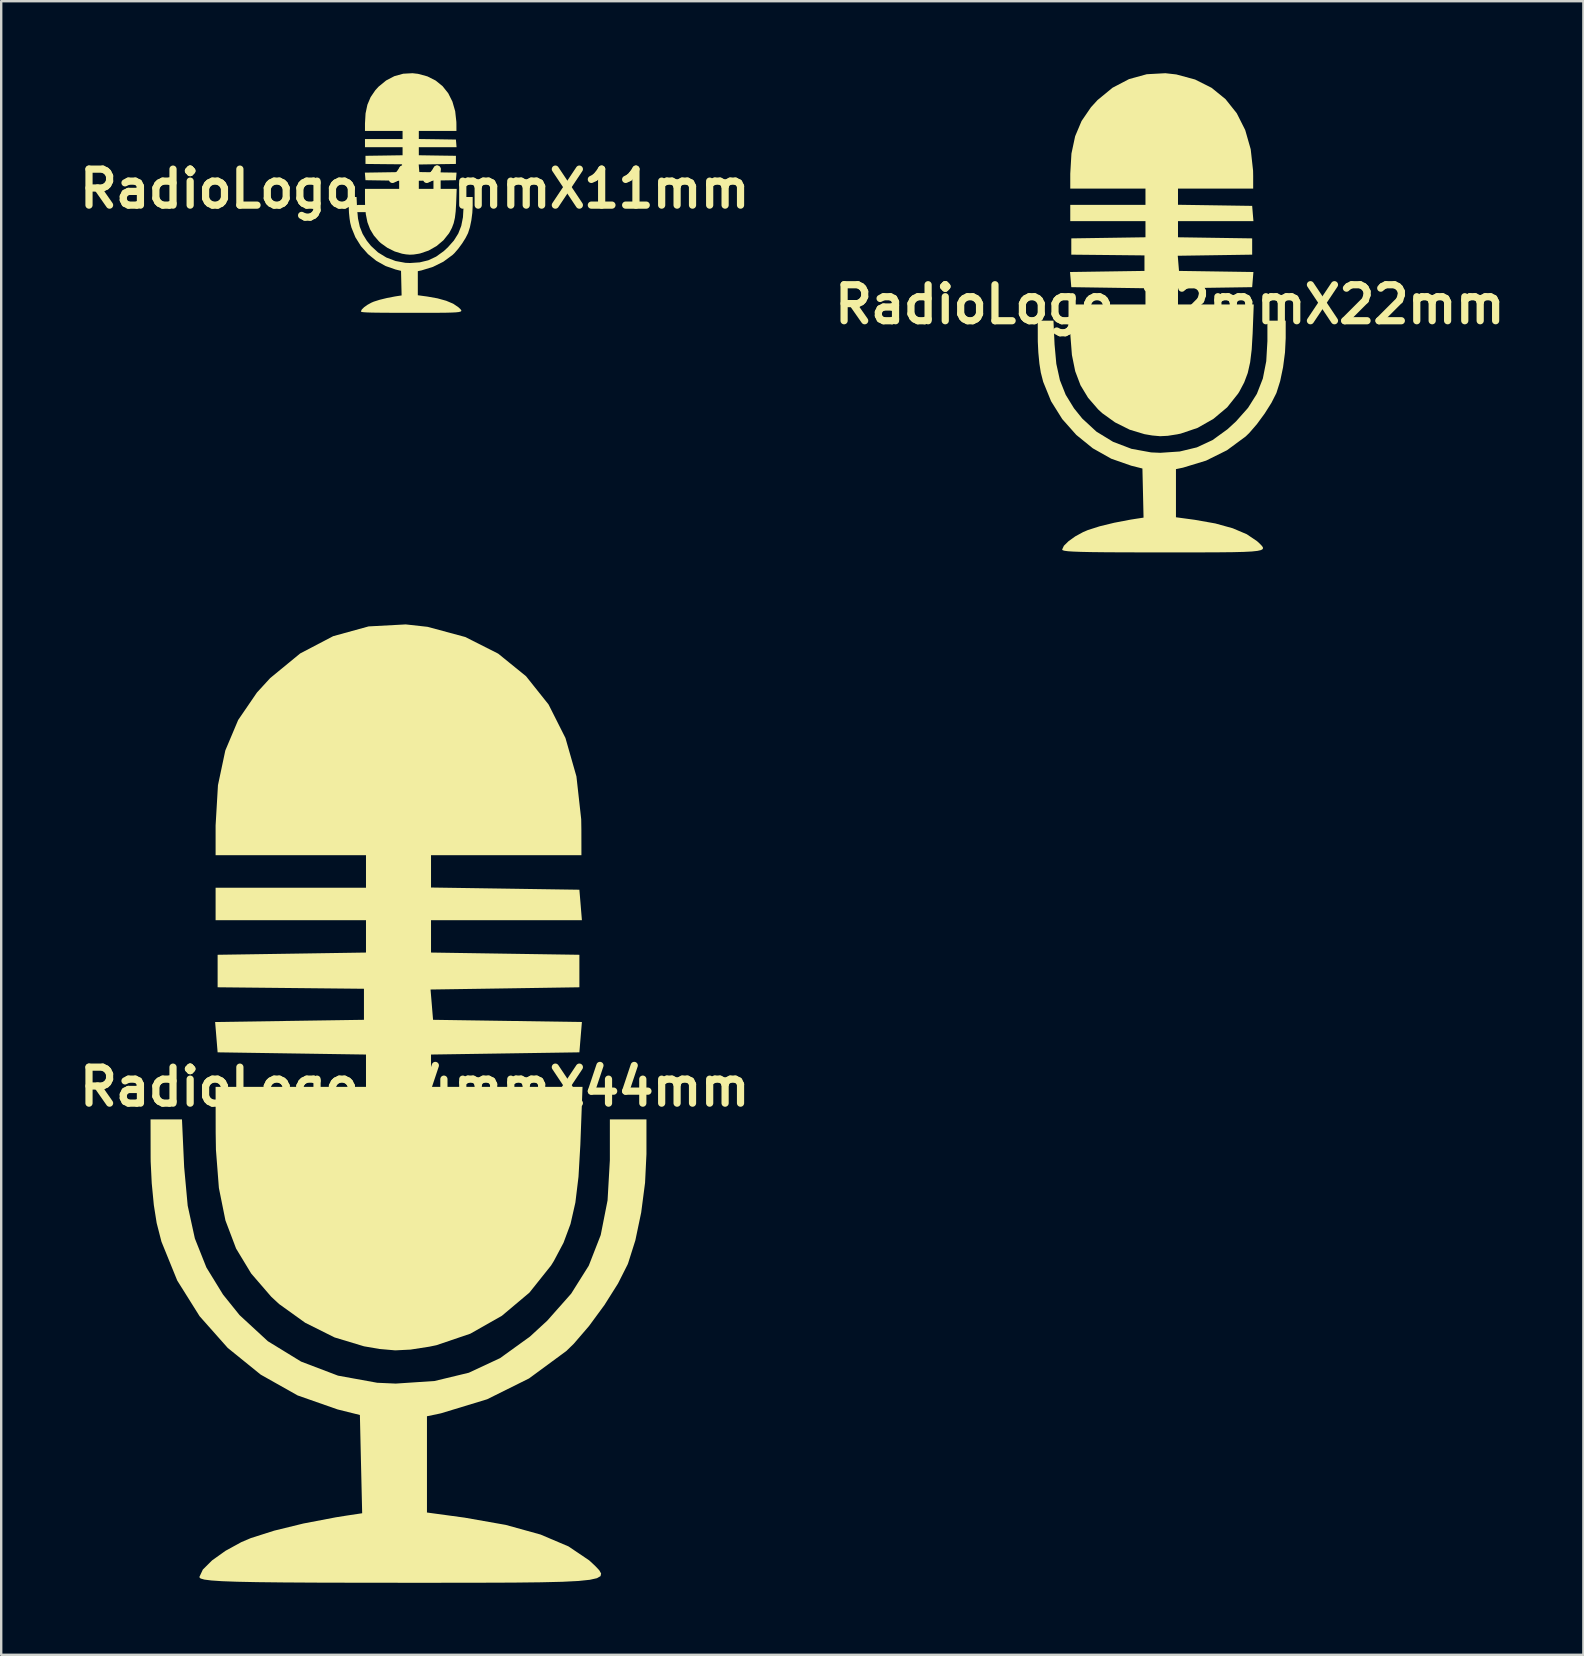
<source format=kicad_pcb>
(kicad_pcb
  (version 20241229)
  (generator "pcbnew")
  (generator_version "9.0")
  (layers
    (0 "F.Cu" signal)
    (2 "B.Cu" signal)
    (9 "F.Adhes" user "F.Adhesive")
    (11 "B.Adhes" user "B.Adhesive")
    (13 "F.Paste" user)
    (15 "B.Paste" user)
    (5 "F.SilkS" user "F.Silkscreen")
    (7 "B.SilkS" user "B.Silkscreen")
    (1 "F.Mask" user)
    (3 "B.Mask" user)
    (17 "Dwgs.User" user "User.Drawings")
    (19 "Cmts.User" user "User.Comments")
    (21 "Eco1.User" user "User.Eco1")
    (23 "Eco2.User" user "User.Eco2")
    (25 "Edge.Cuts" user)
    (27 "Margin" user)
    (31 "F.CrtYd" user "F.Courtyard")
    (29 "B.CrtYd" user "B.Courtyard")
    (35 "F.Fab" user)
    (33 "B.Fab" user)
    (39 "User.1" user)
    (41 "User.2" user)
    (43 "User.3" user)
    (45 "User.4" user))
  (footprint "RadioLogo_22mmX22mm"
    (layer "F.Cu")
    (at 45.686 9.633)
    (property "Reference" "RadioLogo_22mmX22mm" (at 0 0 0) (layer "F.SilkS") (effects (font (size 1.5 1.5) (thickness 0.3))))
    (attr board_only exclude_from_pos_files exclude_from_bom)
    (fp_poly (pts (xy -4.803 1.672) (xy -4.73 2.475) (xy -4.58 3.158) (xy -4.34 3.762) (xy -3.994 4.326) (xy -3.649 4.754) (xy -3.06 5.298) (xy -2.367 5.722) (xy -1.599 6.015) (xy -0.781 6.164) (xy -0.396 6.181) (xy 0.413 6.126) (xy 1.126 5.954) (xy 1.777 5.651) (xy 2.399 5.201) (xy 2.759 4.87) (xy 3.257 4.308) (xy 3.625 3.724) (xy 3.874 3.086) (xy 4.016 2.364) (xy 4.064 1.527) (xy 4.064 1.477) (xy 4.064 0.677) (xy 4.445 0.677) (xy 4.826 0.677) (xy 4.826 1.401) (xy 4.797 1.997) (xy 4.716 2.617) (xy 4.595 3.196) (xy 4.444 3.674) (xy 4.434 3.7) (xy 4.233 4.097) (xy 3.951 4.544) (xy 3.63 4.982) (xy 3.31 5.353) (xy 3.155 5.503) (xy 2.38 6.074) (xy 1.508 6.507) (xy 0.549 6.799) (xy 0.487 6.812) (xy 0.254 6.861) (xy 0.254 7.864) (xy 0.254 8.866) (xy 1.037 8.972) (xy 1.895 9.124) (xy 2.62 9.325) (xy 3.203 9.572) (xy 3.632 9.862) (xy 3.662 9.889) (xy 3.766 9.987) (xy 3.843 10.068) (xy 3.882 10.136) (xy 3.87 10.191) (xy 3.795 10.234) (xy 3.646 10.267) (xy 3.41 10.292) (xy 3.074 10.309) (xy 2.628 10.32) (xy 2.058 10.326) (xy 1.353 10.329) (xy 0.5 10.329) (xy -0.296 10.329) (xy -1.264 10.329) (xy -2.075 10.327) (xy -2.743 10.323) (xy -3.281 10.317) (xy -3.7 10.308) (xy -4.015 10.296) (xy -4.239 10.282) (xy -4.383 10.263) (xy -4.462 10.241) (xy -4.487 10.214) (xy -4.487 10.211) (xy -4.415 10.054) (xy -4.221 9.863) (xy -3.942 9.663) (xy -3.614 9.484) (xy -3.415 9.399) (xy -2.926 9.243) (xy -2.319 9.095) (xy -1.644 8.966) (xy -1.416 8.93) (xy -1.096 8.881) (xy -1.119 7.858) (xy -1.143 6.835) (xy -1.609 6.718) (xy -2.441 6.427) (xy -3.209 5.994) (xy -3.896 5.437) (xy -4.482 4.777) (xy -4.948 4.033) (xy -5.277 3.224) (xy -5.376 2.836) (xy -5.435 2.463) (xy -5.479 2.006) (xy -5.501 1.553) (xy -5.502 1.46) (xy -5.503 0.677) (xy -5.176 0.677) (xy -4.849 0.677)) (stroke (width 0) (type solid)) (fill yes) (layer "F.SilkS"))
    (fp_poly (pts (xy 0.268 -9.582) (xy 1.052 -9.37) (xy 1.738 -9.025) (xy 2.318 -8.554) (xy 2.787 -7.965) (xy 3.139 -7.267) (xy 3.368 -6.467) (xy 3.467 -5.574) (xy 3.471 -5.355) (xy 3.471 -4.826) (xy 1.905 -4.826) (xy 0.339 -4.826) (xy 0.339 -4.489) (xy 0.339 -4.152) (xy 1.884 -4.129) (xy 3.429 -4.106) (xy 3.455 -3.789) (xy 3.482 -3.471) (xy 1.91 -3.471) (xy 0.339 -3.471) (xy 0.339 -3.135) (xy 0.339 -2.798) (xy 1.884 -2.775) (xy 3.429 -2.752) (xy 3.429 -2.413) (xy 3.429 -2.074) (xy 1.879 -2.051) (xy 0.329 -2.028) (xy 0.355 -1.713) (xy 0.381 -1.397) (xy 1.931 -1.374) (xy 3.481 -1.351) (xy 3.455 -1.035) (xy 3.429 -0.72) (xy 1.884 -0.697) (xy 0.339 -0.674) (xy 0.339 -0.337) (xy 0.339 0) (xy 1.917 0) (xy 3.495 0) (xy 3.449 1.206) (xy 3.41 1.873) (xy 3.345 2.41) (xy 3.245 2.855) (xy 3.098 3.248) (xy 2.898 3.626) (xy 2.84 3.719) (xy 2.388 4.286) (xy 1.814 4.768) (xy 1.157 5.142) (xy 0.452 5.381) (xy 0.302 5.412) (xy -0.089 5.473) (xy -0.407 5.489) (xy -0.735 5.459) (xy -1.057 5.404) (xy -1.671 5.219) (xy -2.282 4.914) (xy -2.825 4.524) (xy -2.989 4.371) (xy -3.407 3.888) (xy -3.722 3.367) (xy -3.943 2.782) (xy -4.08 2.106) (xy -4.142 1.31) (xy -4.147 0.953) (xy -4.149 0) (xy -2.582 0) (xy -1.016 0) (xy -1.016 -0.337) (xy -1.016 -0.674) (xy -2.561 -0.697) (xy -4.106 -0.72) (xy -4.132 -1.035) (xy -4.159 -1.351) (xy -2.608 -1.374) (xy -1.058 -1.397) (xy -1.058 -1.72) (xy -1.058 -2.043) (xy -2.582 -2.059) (xy -4.106 -2.074) (xy -4.106 -2.413) (xy -4.106 -2.752) (xy -2.561 -2.775) (xy -1.016 -2.798) (xy -1.016 -3.135) (xy -1.016 -3.471) (xy -2.582 -3.471) (xy -4.149 -3.471) (xy -4.149 -3.81) (xy -4.149 -4.149) (xy -2.582 -4.149) (xy -1.016 -4.149) (xy -1.016 -4.487) (xy -1.016 -4.826) (xy -2.582 -4.826) (xy -4.149 -4.826) (xy -4.149 -5.445) (xy -4.1 -6.284) (xy -3.946 -7.007) (xy -3.678 -7.642) (xy -3.287 -8.214) (xy -3.012 -8.515) (xy -2.388 -9.028) (xy -1.7 -9.388) (xy -0.961 -9.591) (xy -0.188 -9.633)) (stroke (width 0) (type solid)) (fill yes) (layer "F.SilkS")))
  (footprint "RadioLogo_44mmX44mm"
    (layer "F.Cu")
    (at 14.229 42.229)
    (property "Reference" "RadioLogo_44mmX44mm" (at 0 0 0) (layer "F.SilkS") (effects (font (size 1.5 1.5) (thickness 0.3))))
    (attr board_only exclude_from_pos_files exclude_from_bom)
    (fp_poly (pts (xy -9.607 3.344) (xy -9.46 4.949) (xy -9.161 6.316) (xy -8.68 7.525) (xy -7.988 8.652) (xy -7.299 9.508) (xy -6.12 10.596) (xy -4.735 11.445) (xy -3.198 12.03) (xy -1.563 12.327) (xy -0.791 12.361) (xy 0.826 12.253) (xy 2.252 11.909) (xy 3.554 11.301) (xy 4.799 10.403) (xy 5.519 9.74) (xy 6.515 8.616) (xy 7.249 7.448) (xy 7.747 6.172) (xy 8.032 4.728) (xy 8.128 3.054) (xy 8.128 2.955) (xy 8.128 1.355) (xy 8.89 1.355) (xy 9.652 1.355) (xy 9.652 2.801) (xy 9.594 3.995) (xy 9.433 5.233) (xy 9.19 6.393) (xy 8.888 7.348) (xy 8.867 7.4) (xy 8.466 8.194) (xy 7.902 9.088) (xy 7.259 9.964) (xy 6.62 10.707) (xy 6.31 11.007) (xy 4.76 12.147) (xy 3.016 13.014) (xy 1.097 13.598) (xy 0.974 13.625) (xy 0.508 13.722) (xy 0.508 15.727) (xy 0.508 17.732) (xy 2.074 17.945) (xy 3.79 18.248) (xy 5.241 18.65) (xy 6.406 19.145) (xy 7.264 19.724) (xy 7.324 19.778) (xy 7.531 19.973) (xy 7.686 20.137) (xy 7.763 20.272) (xy 7.74 20.382) (xy 7.591 20.468) (xy 7.292 20.535) (xy 6.82 20.584) (xy 6.149 20.618) (xy 5.256 20.639) (xy 4.116 20.652) (xy 2.706 20.657) (xy 1 20.659) (xy -0.593 20.659) (xy -2.528 20.657) (xy -4.151 20.653) (xy -5.487 20.645) (xy -6.561 20.633) (xy -7.401 20.616) (xy -8.031 20.593) (xy -8.477 20.563) (xy -8.766 20.526) (xy -8.923 20.481) (xy -8.974 20.427) (xy -8.975 20.422) (xy -8.829 20.109) (xy -8.442 19.725) (xy -7.884 19.327) (xy -7.229 18.968) (xy -6.83 18.798) (xy -5.853 18.487) (xy -4.639 18.19) (xy -3.289 17.932) (xy -2.831 17.859) (xy -2.191 17.763) (xy -2.239 15.716) (xy -2.286 13.669) (xy -3.217 13.437) (xy -4.881 12.854) (xy -6.419 11.987) (xy -7.792 10.875) (xy -8.963 9.555) (xy -9.896 8.067) (xy -10.553 6.448) (xy -10.752 5.673) (xy -10.87 4.926) (xy -10.958 4.013) (xy -11.002 3.106) (xy -11.004 2.921) (xy -11.007 1.355) (xy -10.353 1.355) (xy -9.698 1.355)) (stroke (width 0) (type solid)) (fill yes) (layer "F.SilkS"))
    (fp_poly (pts (xy 0.536 -19.165) (xy 2.105 -18.741) (xy 3.475 -18.049) (xy 4.636 -17.107) (xy 5.574 -15.93) (xy 6.278 -14.533) (xy 6.735 -12.934) (xy 6.934 -11.148) (xy 6.941 -10.71) (xy 6.943 -9.652) (xy 3.81 -9.652) (xy 0.677 -9.652) (xy 0.677 -8.978) (xy 0.677 -8.305) (xy 3.768 -8.259) (xy 6.858 -8.213) (xy 6.911 -7.578) (xy 6.963 -6.943) (xy 3.82 -6.943) (xy 0.677 -6.943) (xy 0.677 -6.269) (xy 0.677 -5.596) (xy 3.768 -5.549) (xy 6.858 -5.503) (xy 6.858 -4.826) (xy 6.858 -4.149) (xy 3.758 -4.102) (xy 0.657 -4.056) (xy 0.71 -3.425) (xy 0.762 -2.794) (xy 3.862 -2.748) (xy 6.963 -2.702) (xy 6.91 -2.07) (xy 6.858 -1.439) (xy 3.768 -1.393) (xy 0.677 -1.347) (xy 0.677 -0.674) (xy 0.677 0) (xy 3.833 0) (xy 6.989 0) (xy 6.898 2.413) (xy 6.821 3.746) (xy 6.691 4.82) (xy 6.489 5.71) (xy 6.197 6.495) (xy 5.796 7.251) (xy 5.68 7.439) (xy 4.776 8.572) (xy 3.629 9.537) (xy 2.313 10.283) (xy 0.903 10.762) (xy 0.604 10.824) (xy -0.178 10.945) (xy -0.813 10.977) (xy -1.47 10.919) (xy -2.115 10.808) (xy -3.341 10.438) (xy -4.565 9.827) (xy -5.65 9.048) (xy -5.979 8.743) (xy -6.814 7.776) (xy -7.444 6.735) (xy -7.887 5.565) (xy -8.16 4.212) (xy -8.283 2.62) (xy -8.294 1.905) (xy -8.297 0) (xy -5.165 0) (xy -2.032 0) (xy -2.032 -0.674) (xy -2.032 -1.347) (xy -5.122 -1.393) (xy -8.213 -1.439) (xy -8.265 -2.07) (xy -8.317 -2.702) (xy -5.217 -2.748) (xy -2.117 -2.794) (xy -2.117 -3.44) (xy -2.117 -4.087) (xy -5.165 -4.118) (xy -8.213 -4.149) (xy -8.213 -4.826) (xy -8.213 -5.503) (xy -5.122 -5.549) (xy -2.032 -5.596) (xy -2.032 -6.269) (xy -2.032 -6.943) (xy -5.165 -6.943) (xy -8.297 -6.943) (xy -8.297 -7.62) (xy -8.297 -8.297) (xy -5.165 -8.297) (xy -2.032 -8.297) (xy -2.032 -8.975) (xy -2.032 -9.652) (xy -5.165 -9.652) (xy -8.297 -9.652) (xy -8.297 -10.891) (xy -8.199 -12.567) (xy -7.892 -14.015) (xy -7.357 -15.284) (xy -6.575 -16.428) (xy -6.023 -17.03) (xy -4.776 -18.055) (xy -3.399 -18.776) (xy -1.923 -19.183) (xy -0.375 -19.266)) (stroke (width 0) (type solid)) (fill yes) (layer "F.SilkS")))
  (footprint "RadioLogo_11mmX11mm"
    (layer "F.Cu")
    (at 14.229 4.817)
    (property "Reference" "RadioLogo_11mmX11mm" (at 0 0 0) (layer "F.SilkS") (effects (font (size 1.5 1.5) (thickness 0.3))))
    (attr board_only exclude_from_pos_files exclude_from_bom)
    (fp_poly (pts (xy -2.402 0.836) (xy -2.365 1.237) (xy -2.29 1.579) (xy -2.17 1.881) (xy -1.997 2.163) (xy -1.825 2.377) (xy -1.53 2.649) (xy -1.184 2.861) (xy -0.799 3.007) (xy -0.391 3.082) (xy -0.198 3.09) (xy 0.206 3.063) (xy 0.563 2.977) (xy 0.888 2.825) (xy 1.2 2.601) (xy 1.38 2.435) (xy 1.629 2.154) (xy 1.812 1.862) (xy 1.937 1.543) (xy 2.008 1.182) (xy 2.032 0.763) (xy 2.032 0.739) (xy 2.032 0.339) (xy 2.223 0.339) (xy 2.413 0.339) (xy 2.413 0.7) (xy 2.398 0.999) (xy 2.358 1.308) (xy 2.298 1.598) (xy 2.222 1.837) (xy 2.217 1.85) (xy 2.116 2.049) (xy 1.976 2.272) (xy 1.815 2.491) (xy 1.655 2.677) (xy 1.577 2.752) (xy 1.19 3.037) (xy 0.754 3.253) (xy 0.274 3.4) (xy 0.243 3.406) (xy 0.127 3.431) (xy 0.127 3.932) (xy 0.127 4.433) (xy 0.519 4.486) (xy 0.947 4.562) (xy 1.31 4.663) (xy 1.602 4.786) (xy 1.816 4.931) (xy 1.831 4.945) (xy 1.883 4.993) (xy 1.921 5.034) (xy 1.941 5.068) (xy 1.935 5.095) (xy 1.898 5.117) (xy 1.823 5.134) (xy 1.705 5.146) (xy 1.537 5.154) (xy 1.314 5.16) (xy 1.029 5.163) (xy 0.676 5.164) (xy 0.25 5.165) (xy -0.148 5.165) (xy -0.632 5.164) (xy -1.038 5.163) (xy -1.372 5.161) (xy -1.64 5.158) (xy -1.85 5.154) (xy -2.008 5.148) (xy -2.119 5.141) (xy -2.192 5.132) (xy -2.231 5.12) (xy -2.244 5.107) (xy -2.244 5.106) (xy -2.207 5.027) (xy -2.11 4.931) (xy -1.971 4.832) (xy -1.807 4.742) (xy -1.707 4.699) (xy -1.463 4.622) (xy -1.16 4.548) (xy -0.822 4.483) (xy -0.708 4.465) (xy -0.548 4.441) (xy -0.56 3.929) (xy -0.572 3.417) (xy -0.804 3.359) (xy -1.22 3.214) (xy -1.605 2.997) (xy -1.948 2.719) (xy -2.241 2.389) (xy -2.474 2.017) (xy -2.638 1.612) (xy -2.688 1.418) (xy -2.717 1.231) (xy -2.74 1.003) (xy -2.75 0.776) (xy -2.751 0.73) (xy -2.752 0.339) (xy -2.588 0.339) (xy -2.425 0.339)) (stroke (width 0) (type solid)) (fill yes) (layer "F.SilkS"))
    (fp_poly (pts (xy 0.134 -4.791) (xy 0.526 -4.685) (xy 0.869 -4.512) (xy 1.159 -4.277) (xy 1.394 -3.982) (xy 1.569 -3.633) (xy 1.684 -3.234) (xy 1.733 -2.787) (xy 1.735 -2.678) (xy 1.736 -2.413) (xy 0.953 -2.413) (xy 0.169 -2.413) (xy 0.169 -2.245) (xy 0.169 -2.076) (xy 0.942 -2.065) (xy 1.714 -2.053) (xy 1.728 -1.894) (xy 1.741 -1.736) (xy 0.955 -1.736) (xy 0.169 -1.736) (xy 0.169 -1.567) (xy 0.169 -1.399) (xy 0.942 -1.387) (xy 1.714 -1.376) (xy 1.714 -1.206) (xy 1.714 -1.037) (xy 0.939 -1.026) (xy 0.164 -1.014) (xy 0.177 -0.856) (xy 0.191 -0.699) (xy 0.966 -0.687) (xy 1.741 -0.675) (xy 1.728 -0.518) (xy 1.714 -0.36) (xy 0.942 -0.348) (xy 0.169 -0.337) (xy 0.169 -0.168) (xy 0.169 0) (xy 0.958 0) (xy 1.747 0) (xy 1.724 0.603) (xy 1.705 0.937) (xy 1.673 1.205) (xy 1.622 1.428) (xy 1.549 1.624) (xy 1.449 1.813) (xy 1.42 1.86) (xy 1.194 2.143) (xy 0.907 2.384) (xy 0.578 2.571) (xy 0.226 2.691) (xy 0.151 2.706) (xy -0.045 2.736) (xy -0.203 2.744) (xy -0.367 2.73) (xy -0.529 2.702) (xy -0.835 2.609) (xy -1.141 2.457) (xy -1.413 2.262) (xy -1.495 2.186) (xy -1.704 1.944) (xy -1.861 1.684) (xy -1.972 1.391) (xy -2.04 1.053) (xy -2.071 0.655) (xy -2.074 0.476) (xy -2.074 0) (xy -1.291 0) (xy -0.508 0) (xy -0.508 -0.168) (xy -0.508 -0.337) (xy -1.281 -0.348) (xy -2.053 -0.36) (xy -2.066 -0.518) (xy -2.079 -0.675) (xy -1.304 -0.687) (xy -0.529 -0.699) (xy -0.529 -0.86) (xy -0.529 -1.022) (xy -1.291 -1.029) (xy -2.053 -1.037) (xy -2.053 -1.206) (xy -2.053 -1.376) (xy -1.281 -1.387) (xy -0.508 -1.399) (xy -0.508 -1.567) (xy -0.508 -1.736) (xy -1.291 -1.736) (xy -2.074 -1.736) (xy -2.074 -1.905) (xy -2.074 -2.074) (xy -1.291 -2.074) (xy -0.508 -2.074) (xy -0.508 -2.244) (xy -0.508 -2.413) (xy -1.291 -2.413) (xy -2.074 -2.413) (xy -2.074 -2.723) (xy -2.05 -3.142) (xy -1.973 -3.504) (xy -1.839 -3.821) (xy -1.644 -4.107) (xy -1.506 -4.258) (xy -1.194 -4.514) (xy -0.85 -4.694) (xy -0.481 -4.796) (xy -0.094 -4.817)) (stroke (width 0) (type solid)) (fill yes) (layer "F.SilkS")))
  (gr_rect
    (start -3 -3)
    (end 62.914 65.888)
    (stroke (width 0.1) (type default))
    (fill no)
    (layer "Edge.Cuts")))
</source>
